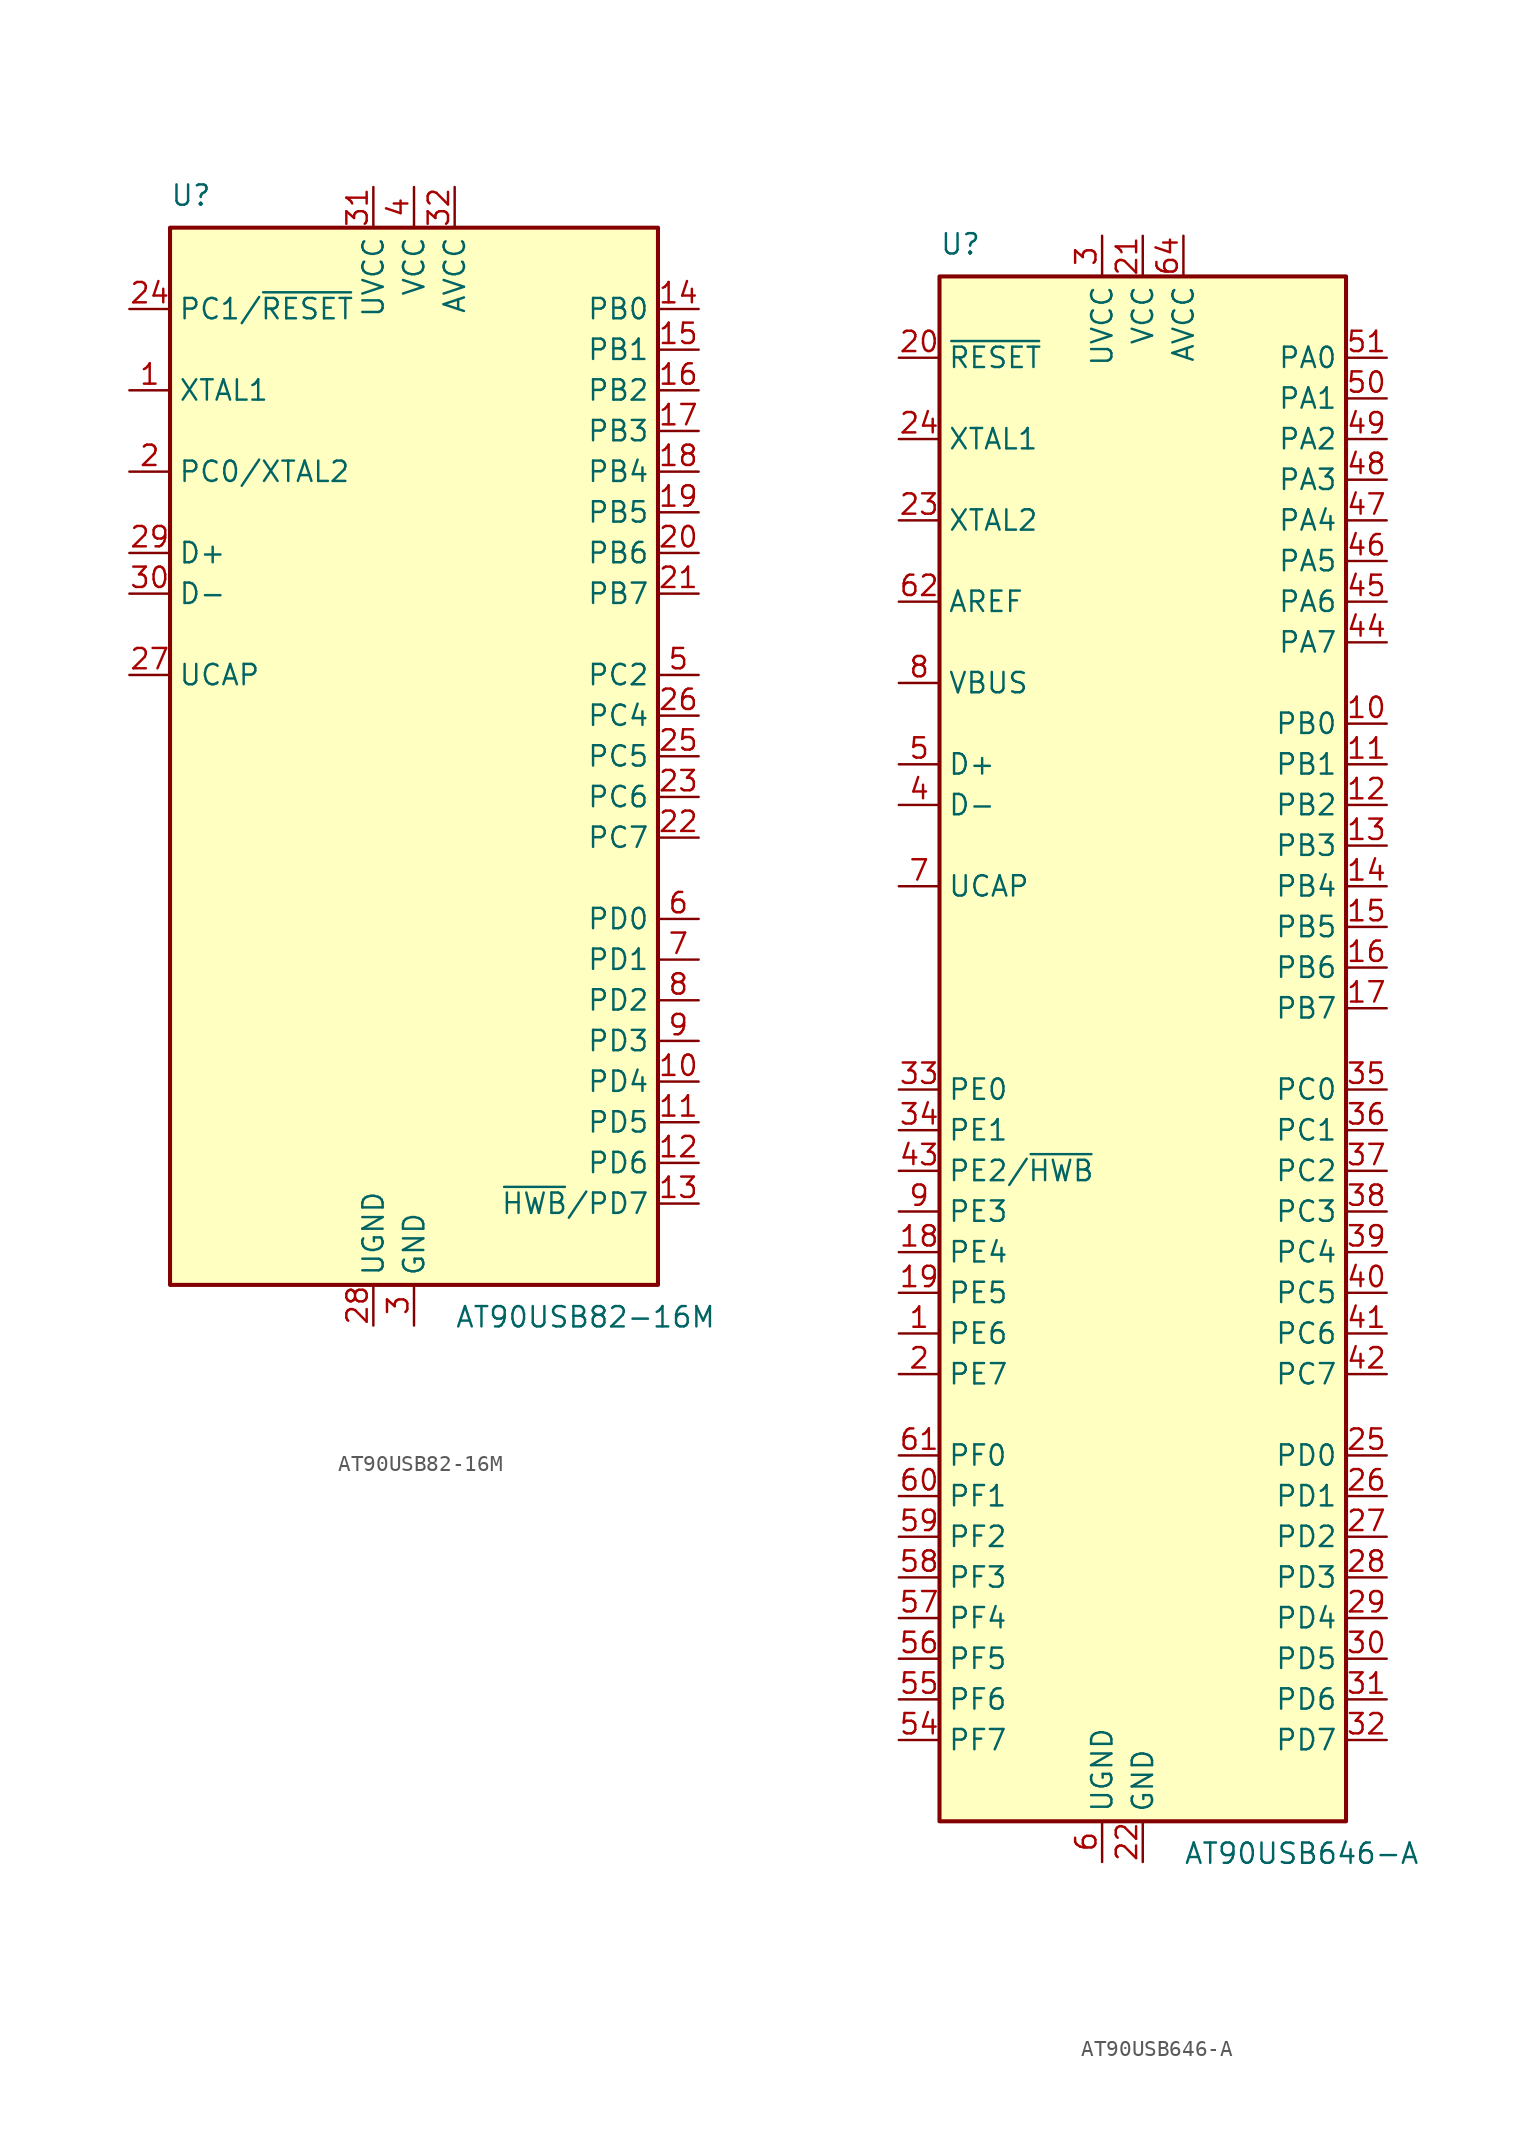
<source format=kicad_sym>
(kicad_symbol_lib
  (version 20211014)
  (generator kicad_symbol_editor)
  (symbol "AT90USB82-16M"
    (property "Reference" "U"
      (at -15.24 34.29 0)
      (effects (font (size 1.27 1.27)) (justify left bottom)))
    (property "Value" "AT90USB82-16M"
      (at 2.54 -34.29 0)
      (effects (font (size 1.27 1.27)) (justify left top)))
    (symbol "AT90USB82-16M_0_1"
      (rectangle (start -15.24 -33.02) (end 15.24 33.02) (stroke (width 0.254) (type default) (color 0 0 0 0)) (fill (type background))))
    (symbol "AT90USB82-16M_1_1"
      (pin input line (at -17.78 22.86 0) (length 2.54) (name "XTAL1" (effects (font (size 1.27 1.27)))) (number "1" (effects (font (size 1.27 1.27)))))
      (pin bidirectional line (at 17.78 -20.32 180) (length 2.54) (name "PD4" (effects (font (size 1.27 1.27)))) (number "10" (effects (font (size 1.27 1.27)))))
      (pin bidirectional line (at 17.78 -22.86 180) (length 2.54) (name "PD5" (effects (font (size 1.27 1.27)))) (number "11" (effects (font (size 1.27 1.27)))))
      (pin bidirectional line (at 17.78 -25.4 180) (length 2.54) (name "PD6" (effects (font (size 1.27 1.27)))) (number "12" (effects (font (size 1.27 1.27)))))
      (pin bidirectional line (at 17.78 -27.94 180) (length 2.54) (name "~{HWB}/PD7" (effects (font (size 1.27 1.27)))) (number "13" (effects (font (size 1.27 1.27)))))
      (pin bidirectional line (at 17.78 27.94 180) (length 2.54) (name "PB0" (effects (font (size 1.27 1.27)))) (number "14" (effects (font (size 1.27 1.27)))))
      (pin bidirectional line (at 17.78 25.4 180) (length 2.54) (name "PB1" (effects (font (size 1.27 1.27)))) (number "15" (effects (font (size 1.27 1.27)))))
      (pin bidirectional line (at 17.78 22.86 180) (length 2.54) (name "PB2" (effects (font (size 1.27 1.27)))) (number "16" (effects (font (size 1.27 1.27)))))
      (pin bidirectional line (at 17.78 20.32 180) (length 2.54) (name "PB3" (effects (font (size 1.27 1.27)))) (number "17" (effects (font (size 1.27 1.27)))))
      (pin bidirectional line (at 17.78 17.78 180) (length 2.54) (name "PB4" (effects (font (size 1.27 1.27)))) (number "18" (effects (font (size 1.27 1.27)))))
      (pin bidirectional line (at 17.78 15.24 180) (length 2.54) (name "PB5" (effects (font (size 1.27 1.27)))) (number "19" (effects (font (size 1.27 1.27)))))
      (pin bidirectional line (at -17.78 17.78 0) (length 2.54) (name "PC0/XTAL2" (effects (font (size 1.27 1.27)))) (number "2" (effects (font (size 1.27 1.27)))))
      (pin bidirectional line (at 17.78 12.7 180) (length 2.54) (name "PB6" (effects (font (size 1.27 1.27)))) (number "20" (effects (font (size 1.27 1.27)))))
      (pin bidirectional line (at 17.78 10.16 180) (length 2.54) (name "PB7" (effects (font (size 1.27 1.27)))) (number "21" (effects (font (size 1.27 1.27)))))
      (pin bidirectional line (at 17.78 -5.08 180) (length 2.54) (name "PC7" (effects (font (size 1.27 1.27)))) (number "22" (effects (font (size 1.27 1.27)))))
      (pin bidirectional line (at 17.78 -2.54 180) (length 2.54) (name "PC6" (effects (font (size 1.27 1.27)))) (number "23" (effects (font (size 1.27 1.27)))))
      (pin bidirectional line (at -17.78 27.94 0) (length 2.54) (name "PC1/~{RESET}" (effects (font (size 1.27 1.27)))) (number "24" (effects (font (size 1.27 1.27)))))
      (pin bidirectional line (at 17.78 0 180) (length 2.54) (name "PC5" (effects (font (size 1.27 1.27)))) (number "25" (effects (font (size 1.27 1.27)))))
      (pin bidirectional line (at 17.78 2.54 180) (length 2.54) (name "PC4" (effects (font (size 1.27 1.27)))) (number "26" (effects (font (size 1.27 1.27)))))
      (pin passive line (at -17.78 5.08 0) (length 2.54) (name "UCAP" (effects (font (size 1.27 1.27)))) (number "27" (effects (font (size 1.27 1.27)))))
      (pin power_in line (at -2.54 -35.56 90) (length 2.54) (name "UGND" (effects (font (size 1.27 1.27)))) (number "28" (effects (font (size 1.27 1.27)))))
      (pin bidirectional line (at -17.78 12.7 0) (length 2.54) (name "D+" (effects (font (size 1.27 1.27)))) (number "29" (effects (font (size 1.27 1.27)))))
      (pin power_in line (at 0 -35.56 90) (length 2.54) (name "GND" (effects (font (size 1.27 1.27)))) (number "3" (effects (font (size 1.27 1.27)))))
      (pin bidirectional line (at -17.78 10.16 0) (length 2.54) (name "D-" (effects (font (size 1.27 1.27)))) (number "30" (effects (font (size 1.27 1.27)))))
      (pin power_in line (at -2.54 35.56 270) (length 2.54) (name "UVCC" (effects (font (size 1.27 1.27)))) (number "31" (effects (font (size 1.27 1.27)))))
      (pin power_in line (at 2.54 35.56 270) (length 2.54) (name "AVCC" (effects (font (size 1.27 1.27)))) (number "32" (effects (font (size 1.27 1.27)))))
      (pin passive line (at 0 -35.56 90) (length 2.54) hide (name "GND" (effects (font (size 1.27 1.27)))) (number "33" (effects (font (size 1.27 1.27)))))
      (pin power_in line (at 0 35.56 270) (length 2.54) (name "VCC" (effects (font (size 1.27 1.27)))) (number "4" (effects (font (size 1.27 1.27)))))
      (pin bidirectional line (at 17.78 5.08 180) (length 2.54) (name "PC2" (effects (font (size 1.27 1.27)))) (number "5" (effects (font (size 1.27 1.27)))))
      (pin bidirectional line (at 17.78 -10.16 180) (length 2.54) (name "PD0" (effects (font (size 1.27 1.27)))) (number "6" (effects (font (size 1.27 1.27)))))
      (pin bidirectional line (at 17.78 -12.7 180) (length 2.54) (name "PD1" (effects (font (size 1.27 1.27)))) (number "7" (effects (font (size 1.27 1.27)))))
      (pin bidirectional line (at 17.78 -15.24 180) (length 2.54) (name "PD2" (effects (font (size 1.27 1.27)))) (number "8" (effects (font (size 1.27 1.27)))))
      (pin bidirectional line (at 17.78 -17.78 180) (length 2.54) (name "PD3" (effects (font (size 1.27 1.27)))) (number "9" (effects (font (size 1.27 1.27)))))))
  (symbol "AT90USB646-A"
    (property "Reference" "U"
      (at -12.7 49.53 0)
      (effects (font (size 1.27 1.27)) (justify left bottom)))
    (property "Value" "AT90USB646-A"
      (at 2.54 -49.53 0)
      (effects (font (size 1.27 1.27)) (justify left top)))
    (symbol "AT90USB646-A_0_1"
      (rectangle (start -12.7 -48.26) (end 12.7 48.26) (stroke (width 0.254) (type default) (color 0 0 0 0)) (fill (type background))))
    (symbol "AT90USB646-A_1_1"
      (pin bidirectional line (at -15.24 -17.78 0) (length 2.54) (name "PE6" (effects (font (size 1.27 1.27)))) (number "1" (effects (font (size 1.27 1.27)))))
      (pin bidirectional line (at 15.24 20.32 180) (length 2.54) (name "PB0" (effects (font (size 1.27 1.27)))) (number "10" (effects (font (size 1.27 1.27)))))
      (pin bidirectional line (at 15.24 17.78 180) (length 2.54) (name "PB1" (effects (font (size 1.27 1.27)))) (number "11" (effects (font (size 1.27 1.27)))))
      (pin bidirectional line (at 15.24 15.24 180) (length 2.54) (name "PB2" (effects (font (size 1.27 1.27)))) (number "12" (effects (font (size 1.27 1.27)))))
      (pin bidirectional line (at 15.24 12.7 180) (length 2.54) (name "PB3" (effects (font (size 1.27 1.27)))) (number "13" (effects (font (size 1.27 1.27)))))
      (pin bidirectional line (at 15.24 10.16 180) (length 2.54) (name "PB4" (effects (font (size 1.27 1.27)))) (number "14" (effects (font (size 1.27 1.27)))))
      (pin bidirectional line (at 15.24 7.62 180) (length 2.54) (name "PB5" (effects (font (size 1.27 1.27)))) (number "15" (effects (font (size 1.27 1.27)))))
      (pin bidirectional line (at 15.24 5.08 180) (length 2.54) (name "PB6" (effects (font (size 1.27 1.27)))) (number "16" (effects (font (size 1.27 1.27)))))
      (pin bidirectional line (at 15.24 2.54 180) (length 2.54) (name "PB7" (effects (font (size 1.27 1.27)))) (number "17" (effects (font (size 1.27 1.27)))))
      (pin bidirectional line (at -15.24 -12.7 0) (length 2.54) (name "PE4" (effects (font (size 1.27 1.27)))) (number "18" (effects (font (size 1.27 1.27)))))
      (pin bidirectional line (at -15.24 -15.24 0) (length 2.54) (name "PE5" (effects (font (size 1.27 1.27)))) (number "19" (effects (font (size 1.27 1.27)))))
      (pin bidirectional line (at -15.24 -20.32 0) (length 2.54) (name "PE7" (effects (font (size 1.27 1.27)))) (number "2" (effects (font (size 1.27 1.27)))))
      (pin input line (at -15.24 43.18 0) (length 2.54) (name "~{RESET}" (effects (font (size 1.27 1.27)))) (number "20" (effects (font (size 1.27 1.27)))))
      (pin power_in line (at 0 50.8 270) (length 2.54) (name "VCC" (effects (font (size 1.27 1.27)))) (number "21" (effects (font (size 1.27 1.27)))))
      (pin power_in line (at 0 -50.8 90) (length 2.54) (name "GND" (effects (font (size 1.27 1.27)))) (number "22" (effects (font (size 1.27 1.27)))))
      (pin output line (at -15.24 33.02 0) (length 2.54) (name "XTAL2" (effects (font (size 1.27 1.27)))) (number "23" (effects (font (size 1.27 1.27)))))
      (pin input line (at -15.24 38.1 0) (length 2.54) (name "XTAL1" (effects (font (size 1.27 1.27)))) (number "24" (effects (font (size 1.27 1.27)))))
      (pin bidirectional line (at 15.24 -25.4 180) (length 2.54) (name "PD0" (effects (font (size 1.27 1.27)))) (number "25" (effects (font (size 1.27 1.27)))))
      (pin bidirectional line (at 15.24 -27.94 180) (length 2.54) (name "PD1" (effects (font (size 1.27 1.27)))) (number "26" (effects (font (size 1.27 1.27)))))
      (pin bidirectional line (at 15.24 -30.48 180) (length 2.54) (name "PD2" (effects (font (size 1.27 1.27)))) (number "27" (effects (font (size 1.27 1.27)))))
      (pin bidirectional line (at 15.24 -33.02 180) (length 2.54) (name "PD3" (effects (font (size 1.27 1.27)))) (number "28" (effects (font (size 1.27 1.27)))))
      (pin bidirectional line (at 15.24 -35.56 180) (length 2.54) (name "PD4" (effects (font (size 1.27 1.27)))) (number "29" (effects (font (size 1.27 1.27)))))
      (pin power_in line (at -2.54 50.8 270) (length 2.54) (name "UVCC" (effects (font (size 1.27 1.27)))) (number "3" (effects (font (size 1.27 1.27)))))
      (pin bidirectional line (at 15.24 -38.1 180) (length 2.54) (name "PD5" (effects (font (size 1.27 1.27)))) (number "30" (effects (font (size 1.27 1.27)))))
      (pin bidirectional line (at 15.24 -40.64 180) (length 2.54) (name "PD6" (effects (font (size 1.27 1.27)))) (number "31" (effects (font (size 1.27 1.27)))))
      (pin bidirectional line (at 15.24 -43.18 180) (length 2.54) (name "PD7" (effects (font (size 1.27 1.27)))) (number "32" (effects (font (size 1.27 1.27)))))
      (pin bidirectional line (at -15.24 -2.54 0) (length 2.54) (name "PE0" (effects (font (size 1.27 1.27)))) (number "33" (effects (font (size 1.27 1.27)))))
      (pin bidirectional line (at -15.24 -5.08 0) (length 2.54) (name "PE1" (effects (font (size 1.27 1.27)))) (number "34" (effects (font (size 1.27 1.27)))))
      (pin bidirectional line (at 15.24 -2.54 180) (length 2.54) (name "PC0" (effects (font (size 1.27 1.27)))) (number "35" (effects (font (size 1.27 1.27)))))
      (pin bidirectional line (at 15.24 -5.08 180) (length 2.54) (name "PC1" (effects (font (size 1.27 1.27)))) (number "36" (effects (font (size 1.27 1.27)))))
      (pin bidirectional line (at 15.24 -7.62 180) (length 2.54) (name "PC2" (effects (font (size 1.27 1.27)))) (number "37" (effects (font (size 1.27 1.27)))))
      (pin bidirectional line (at 15.24 -10.16 180) (length 2.54) (name "PC3" (effects (font (size 1.27 1.27)))) (number "38" (effects (font (size 1.27 1.27)))))
      (pin bidirectional line (at 15.24 -12.7 180) (length 2.54) (name "PC4" (effects (font (size 1.27 1.27)))) (number "39" (effects (font (size 1.27 1.27)))))
      (pin bidirectional line (at -15.24 15.24 0) (length 2.54) (name "D-" (effects (font (size 1.27 1.27)))) (number "4" (effects (font (size 1.27 1.27)))))
      (pin bidirectional line (at 15.24 -15.24 180) (length 2.54) (name "PC5" (effects (font (size 1.27 1.27)))) (number "40" (effects (font (size 1.27 1.27)))))
      (pin bidirectional line (at 15.24 -17.78 180) (length 2.54) (name "PC6" (effects (font (size 1.27 1.27)))) (number "41" (effects (font (size 1.27 1.27)))))
      (pin bidirectional line (at 15.24 -20.32 180) (length 2.54) (name "PC7" (effects (font (size 1.27 1.27)))) (number "42" (effects (font (size 1.27 1.27)))))
      (pin bidirectional line (at -15.24 -7.62 0) (length 2.54) (name "PE2/~{HWB}" (effects (font (size 1.27 1.27)))) (number "43" (effects (font (size 1.27 1.27)))))
      (pin bidirectional line (at 15.24 25.4 180) (length 2.54) (name "PA7" (effects (font (size 1.27 1.27)))) (number "44" (effects (font (size 1.27 1.27)))))
      (pin bidirectional line (at 15.24 27.94 180) (length 2.54) (name "PA6" (effects (font (size 1.27 1.27)))) (number "45" (effects (font (size 1.27 1.27)))))
      (pin bidirectional line (at 15.24 30.48 180) (length 2.54) (name "PA5" (effects (font (size 1.27 1.27)))) (number "46" (effects (font (size 1.27 1.27)))))
      (pin bidirectional line (at 15.24 33.02 180) (length 2.54) (name "PA4" (effects (font (size 1.27 1.27)))) (number "47" (effects (font (size 1.27 1.27)))))
      (pin bidirectional line (at 15.24 35.56 180) (length 2.54) (name "PA3" (effects (font (size 1.27 1.27)))) (number "48" (effects (font (size 1.27 1.27)))))
      (pin bidirectional line (at 15.24 38.1 180) (length 2.54) (name "PA2" (effects (font (size 1.27 1.27)))) (number "49" (effects (font (size 1.27 1.27)))))
      (pin bidirectional line (at -15.24 17.78 0) (length 2.54) (name "D+" (effects (font (size 1.27 1.27)))) (number "5" (effects (font (size 1.27 1.27)))))
      (pin bidirectional line (at 15.24 40.64 180) (length 2.54) (name "PA1" (effects (font (size 1.27 1.27)))) (number "50" (effects (font (size 1.27 1.27)))))
      (pin bidirectional line (at 15.24 43.18 180) (length 2.54) (name "PA0" (effects (font (size 1.27 1.27)))) (number "51" (effects (font (size 1.27 1.27)))))
      (pin passive line (at 0 50.8 270) (length 2.54) hide (name "VCC" (effects (font (size 1.27 1.27)))) (number "52" (effects (font (size 1.27 1.27)))))
      (pin passive line (at 0 -50.8 90) (length 2.54) hide (name "GND" (effects (font (size 1.27 1.27)))) (number "53" (effects (font (size 1.27 1.27)))))
      (pin bidirectional line (at -15.24 -43.18 0) (length 2.54) (name "PF7" (effects (font (size 1.27 1.27)))) (number "54" (effects (font (size 1.27 1.27)))))
      (pin bidirectional line (at -15.24 -40.64 0) (length 2.54) (name "PF6" (effects (font (size 1.27 1.27)))) (number "55" (effects (font (size 1.27 1.27)))))
      (pin bidirectional line (at -15.24 -38.1 0) (length 2.54) (name "PF5" (effects (font (size 1.27 1.27)))) (number "56" (effects (font (size 1.27 1.27)))))
      (pin bidirectional line (at -15.24 -35.56 0) (length 2.54) (name "PF4" (effects (font (size 1.27 1.27)))) (number "57" (effects (font (size 1.27 1.27)))))
      (pin bidirectional line (at -15.24 -33.02 0) (length 2.54) (name "PF3" (effects (font (size 1.27 1.27)))) (number "58" (effects (font (size 1.27 1.27)))))
      (pin bidirectional line (at -15.24 -30.48 0) (length 2.54) (name "PF2" (effects (font (size 1.27 1.27)))) (number "59" (effects (font (size 1.27 1.27)))))
      (pin power_in line (at -2.54 -50.8 90) (length 2.54) (name "UGND" (effects (font (size 1.27 1.27)))) (number "6" (effects (font (size 1.27 1.27)))))
      (pin bidirectional line (at -15.24 -27.94 0) (length 2.54) (name "PF1" (effects (font (size 1.27 1.27)))) (number "60" (effects (font (size 1.27 1.27)))))
      (pin bidirectional line (at -15.24 -25.4 0) (length 2.54) (name "PF0" (effects (font (size 1.27 1.27)))) (number "61" (effects (font (size 1.27 1.27)))))
      (pin passive line (at -15.24 27.94 0) (length 2.54) (name "AREF" (effects (font (size 1.27 1.27)))) (number "62" (effects (font (size 1.27 1.27)))))
      (pin passive line (at 0 -50.8 90) (length 2.54) hide (name "GND" (effects (font (size 1.27 1.27)))) (number "63" (effects (font (size 1.27 1.27)))))
      (pin power_in line (at 2.54 50.8 270) (length 2.54) (name "AVCC" (effects (font (size 1.27 1.27)))) (number "64" (effects (font (size 1.27 1.27)))))
      (pin passive line (at -15.24 10.16 0) (length 2.54) (name "UCAP" (effects (font (size 1.27 1.27)))) (number "7" (effects (font (size 1.27 1.27)))))
      (pin input line (at -15.24 22.86 0) (length 2.54) (name "VBUS" (effects (font (size 1.27 1.27)))) (number "8" (effects (font (size 1.27 1.27)))))
      (pin bidirectional line (at -15.24 -10.16 0) (length 2.54) (name "PE3" (effects (font (size 1.27 1.27)))) (number "9" (effects (font (size 1.27 1.27))))))))
</source>
